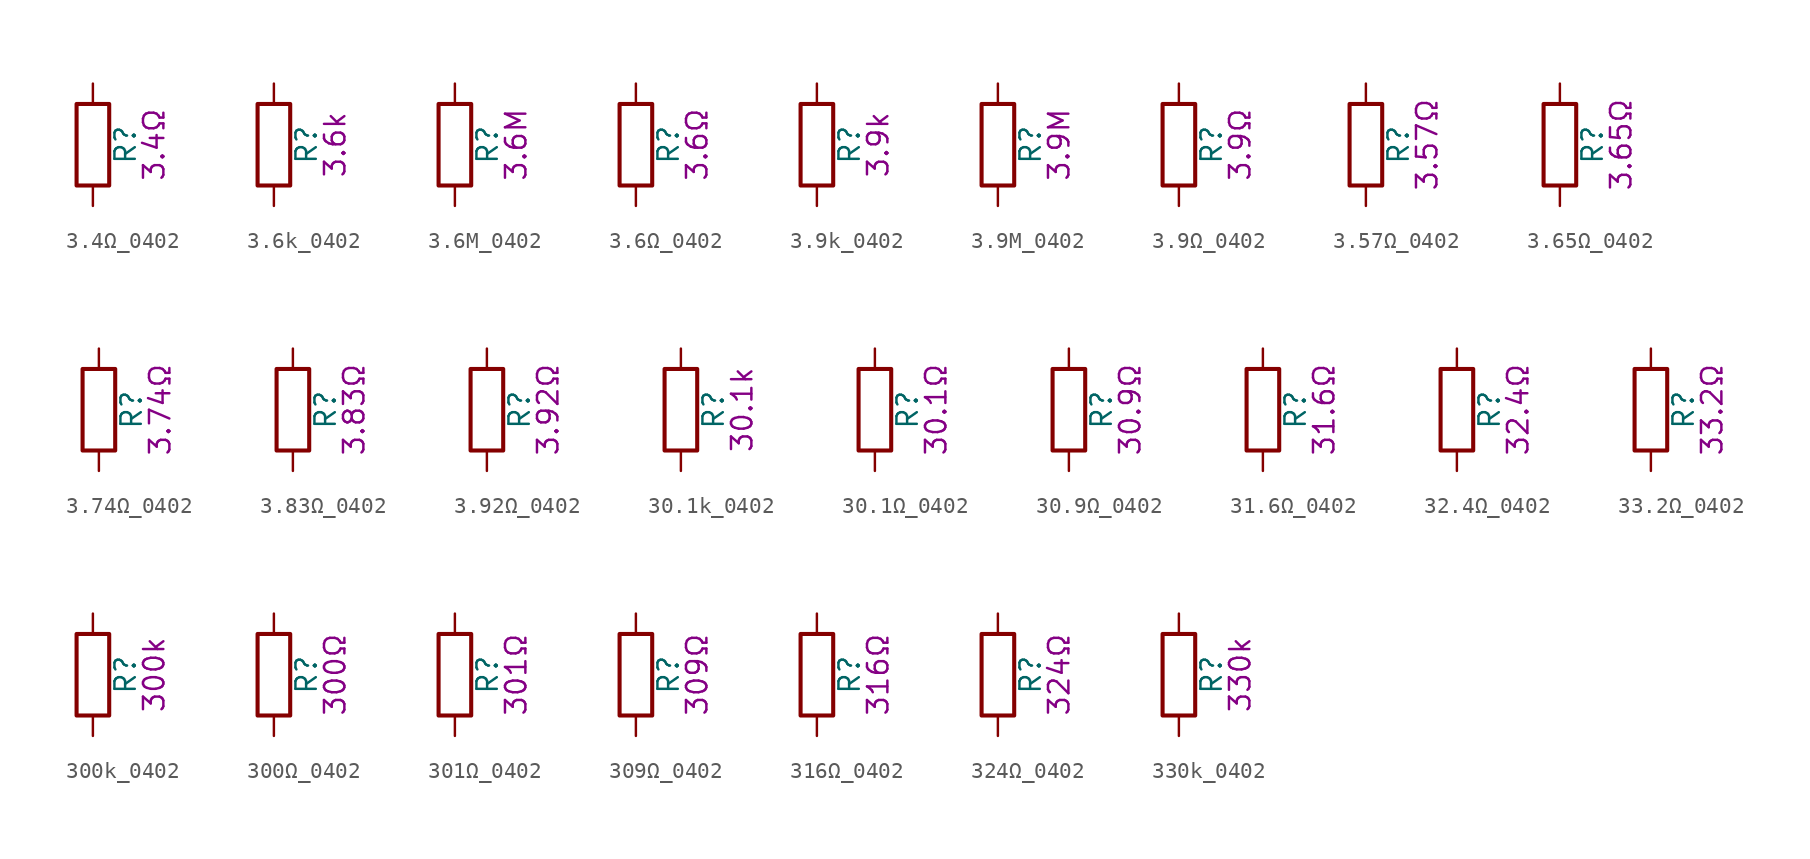
<source format=kicad_sym>
(kicad_symbol_lib
  (version 20211014)
  (generator kicad_symbol_editor)
  (symbol "3.4Ω_0402"
    (pin_numbers hide)
    (pin_names
      (offset 0))
    (property "Reference" "R"
      (at 2.032 0 90)
      (effects (font (size 1.27 1.27))))
    (property "Display" "3.4Ω"
      (at 3.81 0 90)
      (effects (font (size 1.27 1.27))))
    (symbol "3.4Ω_0402_0_1"
      (rectangle (start -1.016 -2.54) (end 1.016 2.54) (stroke (width 0.254) (type default) (color 0 0 0 0)) (fill (type none))))
    (symbol "3.4Ω_0402_1_1"
      (pin passive line (at 0 3.81 270) (length 1.27) (name "~" (effects (font (size 1.27 1.27)))) (number "1" (effects (font (size 1.27 1.27)))))
      (pin passive line (at 0 -3.81 90) (length 1.27) (name "~" (effects (font (size 1.27 1.27)))) (number "2" (effects (font (size 1.27 1.27)))))))
  (symbol "3.6k_0402"
    (pin_numbers hide)
    (pin_names
      (offset 0))
    (property "Reference" "R"
      (at 2.032 0 90)
      (effects (font (size 1.27 1.27))))
    (property "Display" "3.6k"
      (at 3.81 0 90)
      (effects (font (size 1.27 1.27))))
    (symbol "3.6k_0402_0_1"
      (rectangle (start -1.016 -2.54) (end 1.016 2.54) (stroke (width 0.254) (type default) (color 0 0 0 0)) (fill (type none))))
    (symbol "3.6k_0402_1_1"
      (pin passive line (at 0 3.81 270) (length 1.27) (name "~" (effects (font (size 1.27 1.27)))) (number "1" (effects (font (size 1.27 1.27)))))
      (pin passive line (at 0 -3.81 90) (length 1.27) (name "~" (effects (font (size 1.27 1.27)))) (number "2" (effects (font (size 1.27 1.27)))))))
  (symbol "3.6M_0402"
    (pin_numbers hide)
    (pin_names
      (offset 0))
    (property "Reference" "R"
      (at 2.032 0 90)
      (effects (font (size 1.27 1.27))))
    (property "Display" "3.6M"
      (at 3.81 0 90)
      (effects (font (size 1.27 1.27))))
    (symbol "3.6M_0402_0_1"
      (rectangle (start -1.016 -2.54) (end 1.016 2.54) (stroke (width 0.254) (type default) (color 0 0 0 0)) (fill (type none))))
    (symbol "3.6M_0402_1_1"
      (pin passive line (at 0 3.81 270) (length 1.27) (name "~" (effects (font (size 1.27 1.27)))) (number "1" (effects (font (size 1.27 1.27)))))
      (pin passive line (at 0 -3.81 90) (length 1.27) (name "~" (effects (font (size 1.27 1.27)))) (number "2" (effects (font (size 1.27 1.27)))))))
  (symbol "3.6Ω_0402"
    (pin_numbers hide)
    (pin_names
      (offset 0))
    (property "Reference" "R"
      (at 2.032 0 90)
      (effects (font (size 1.27 1.27))))
    (property "Display" "3.6Ω"
      (at 3.81 0 90)
      (effects (font (size 1.27 1.27))))
    (symbol "3.6Ω_0402_0_1"
      (rectangle (start -1.016 -2.54) (end 1.016 2.54) (stroke (width 0.254) (type default) (color 0 0 0 0)) (fill (type none))))
    (symbol "3.6Ω_0402_1_1"
      (pin passive line (at 0 3.81 270) (length 1.27) (name "~" (effects (font (size 1.27 1.27)))) (number "1" (effects (font (size 1.27 1.27)))))
      (pin passive line (at 0 -3.81 90) (length 1.27) (name "~" (effects (font (size 1.27 1.27)))) (number "2" (effects (font (size 1.27 1.27)))))))
  (symbol "3.9k_0402"
    (pin_numbers hide)
    (pin_names
      (offset 0))
    (property "Reference" "R"
      (at 2.032 0 90)
      (effects (font (size 1.27 1.27))))
    (property "Display" "3.9k"
      (at 3.81 0 90)
      (effects (font (size 1.27 1.27))))
    (symbol "3.9k_0402_0_1"
      (rectangle (start -1.016 -2.54) (end 1.016 2.54) (stroke (width 0.254) (type default) (color 0 0 0 0)) (fill (type none))))
    (symbol "3.9k_0402_1_1"
      (pin passive line (at 0 3.81 270) (length 1.27) (name "~" (effects (font (size 1.27 1.27)))) (number "1" (effects (font (size 1.27 1.27)))))
      (pin passive line (at 0 -3.81 90) (length 1.27) (name "~" (effects (font (size 1.27 1.27)))) (number "2" (effects (font (size 1.27 1.27)))))))
  (symbol "3.9M_0402"
    (pin_numbers hide)
    (pin_names
      (offset 0))
    (property "Reference" "R"
      (at 2.032 0 90)
      (effects (font (size 1.27 1.27))))
    (property "Display" "3.9M"
      (at 3.81 0 90)
      (effects (font (size 1.27 1.27))))
    (symbol "3.9M_0402_0_1"
      (rectangle (start -1.016 -2.54) (end 1.016 2.54) (stroke (width 0.254) (type default) (color 0 0 0 0)) (fill (type none))))
    (symbol "3.9M_0402_1_1"
      (pin passive line (at 0 3.81 270) (length 1.27) (name "~" (effects (font (size 1.27 1.27)))) (number "1" (effects (font (size 1.27 1.27)))))
      (pin passive line (at 0 -3.81 90) (length 1.27) (name "~" (effects (font (size 1.27 1.27)))) (number "2" (effects (font (size 1.27 1.27)))))))
  (symbol "3.9Ω_0402"
    (pin_numbers hide)
    (pin_names
      (offset 0))
    (property "Reference" "R"
      (at 2.032 0 90)
      (effects (font (size 1.27 1.27))))
    (property "Display" "3.9Ω"
      (at 3.81 0 90)
      (effects (font (size 1.27 1.27))))
    (symbol "3.9Ω_0402_0_1"
      (rectangle (start -1.016 -2.54) (end 1.016 2.54) (stroke (width 0.254) (type default) (color 0 0 0 0)) (fill (type none))))
    (symbol "3.9Ω_0402_1_1"
      (pin passive line (at 0 3.81 270) (length 1.27) (name "~" (effects (font (size 1.27 1.27)))) (number "1" (effects (font (size 1.27 1.27)))))
      (pin passive line (at 0 -3.81 90) (length 1.27) (name "~" (effects (font (size 1.27 1.27)))) (number "2" (effects (font (size 1.27 1.27)))))))
  (symbol "3.57Ω_0402"
    (pin_numbers hide)
    (pin_names
      (offset 0))
    (property "Reference" "R"
      (at 2.032 0 90)
      (effects (font (size 1.27 1.27))))
    (property "Display" "3.57Ω"
      (at 3.81 0 90)
      (effects (font (size 1.27 1.27))))
    (symbol "3.57Ω_0402_0_1"
      (rectangle (start -1.016 -2.54) (end 1.016 2.54) (stroke (width 0.254) (type default) (color 0 0 0 0)) (fill (type none))))
    (symbol "3.57Ω_0402_1_1"
      (pin passive line (at 0 3.81 270) (length 1.27) (name "~" (effects (font (size 1.27 1.27)))) (number "1" (effects (font (size 1.27 1.27)))))
      (pin passive line (at 0 -3.81 90) (length 1.27) (name "~" (effects (font (size 1.27 1.27)))) (number "2" (effects (font (size 1.27 1.27)))))))
  (symbol "3.65Ω_0402"
    (pin_numbers hide)
    (pin_names
      (offset 0))
    (property "Reference" "R"
      (at 2.032 0 90)
      (effects (font (size 1.27 1.27))))
    (property "Display" "3.65Ω"
      (at 3.81 0 90)
      (effects (font (size 1.27 1.27))))
    (symbol "3.65Ω_0402_0_1"
      (rectangle (start -1.016 -2.54) (end 1.016 2.54) (stroke (width 0.254) (type default) (color 0 0 0 0)) (fill (type none))))
    (symbol "3.65Ω_0402_1_1"
      (pin passive line (at 0 3.81 270) (length 1.27) (name "~" (effects (font (size 1.27 1.27)))) (number "1" (effects (font (size 1.27 1.27)))))
      (pin passive line (at 0 -3.81 90) (length 1.27) (name "~" (effects (font (size 1.27 1.27)))) (number "2" (effects (font (size 1.27 1.27)))))))
  (symbol "3.74Ω_0402"
    (pin_numbers hide)
    (pin_names
      (offset 0))
    (property "Reference" "R"
      (at 2.032 0 90)
      (effects (font (size 1.27 1.27))))
    (property "Display" "3.74Ω"
      (at 3.81 0 90)
      (effects (font (size 1.27 1.27))))
    (symbol "3.74Ω_0402_0_1"
      (rectangle (start -1.016 -2.54) (end 1.016 2.54) (stroke (width 0.254) (type default) (color 0 0 0 0)) (fill (type none))))
    (symbol "3.74Ω_0402_1_1"
      (pin passive line (at 0 3.81 270) (length 1.27) (name "~" (effects (font (size 1.27 1.27)))) (number "1" (effects (font (size 1.27 1.27)))))
      (pin passive line (at 0 -3.81 90) (length 1.27) (name "~" (effects (font (size 1.27 1.27)))) (number "2" (effects (font (size 1.27 1.27)))))))
  (symbol "3.83Ω_0402"
    (pin_numbers hide)
    (pin_names
      (offset 0))
    (property "Reference" "R"
      (at 2.032 0 90)
      (effects (font (size 1.27 1.27))))
    (property "Display" "3.83Ω"
      (at 3.81 0 90)
      (effects (font (size 1.27 1.27))))
    (symbol "3.83Ω_0402_0_1"
      (rectangle (start -1.016 -2.54) (end 1.016 2.54) (stroke (width 0.254) (type default) (color 0 0 0 0)) (fill (type none))))
    (symbol "3.83Ω_0402_1_1"
      (pin passive line (at 0 3.81 270) (length 1.27) (name "~" (effects (font (size 1.27 1.27)))) (number "1" (effects (font (size 1.27 1.27)))))
      (pin passive line (at 0 -3.81 90) (length 1.27) (name "~" (effects (font (size 1.27 1.27)))) (number "2" (effects (font (size 1.27 1.27)))))))
  (symbol "3.92Ω_0402"
    (pin_numbers hide)
    (pin_names
      (offset 0))
    (property "Reference" "R"
      (at 2.032 0 90)
      (effects (font (size 1.27 1.27))))
    (property "Display" "3.92Ω"
      (at 3.81 0 90)
      (effects (font (size 1.27 1.27))))
    (symbol "3.92Ω_0402_0_1"
      (rectangle (start -1.016 -2.54) (end 1.016 2.54) (stroke (width 0.254) (type default) (color 0 0 0 0)) (fill (type none))))
    (symbol "3.92Ω_0402_1_1"
      (pin passive line (at 0 3.81 270) (length 1.27) (name "~" (effects (font (size 1.27 1.27)))) (number "1" (effects (font (size 1.27 1.27)))))
      (pin passive line (at 0 -3.81 90) (length 1.27) (name "~" (effects (font (size 1.27 1.27)))) (number "2" (effects (font (size 1.27 1.27)))))))
  (symbol "30.1k_0402"
    (pin_numbers hide)
    (pin_names
      (offset 0))
    (property "Reference" "R"
      (at 2.032 0 90)
      (effects (font (size 1.27 1.27))))
    (property "Display" "30.1k"
      (at 3.81 0 90)
      (effects (font (size 1.27 1.27))))
    (symbol "30.1k_0402_0_1"
      (rectangle (start -1.016 -2.54) (end 1.016 2.54) (stroke (width 0.254) (type default) (color 0 0 0 0)) (fill (type none))))
    (symbol "30.1k_0402_1_1"
      (pin passive line (at 0 3.81 270) (length 1.27) (name "~" (effects (font (size 1.27 1.27)))) (number "1" (effects (font (size 1.27 1.27)))))
      (pin passive line (at 0 -3.81 90) (length 1.27) (name "~" (effects (font (size 1.27 1.27)))) (number "2" (effects (font (size 1.27 1.27)))))))
  (symbol "30.1Ω_0402"
    (pin_numbers hide)
    (pin_names
      (offset 0))
    (property "Reference" "R"
      (at 2.032 0 90)
      (effects (font (size 1.27 1.27))))
    (property "Display" "30.1Ω"
      (at 3.81 0 90)
      (effects (font (size 1.27 1.27))))
    (symbol "30.1Ω_0402_0_1"
      (rectangle (start -1.016 -2.54) (end 1.016 2.54) (stroke (width 0.254) (type default) (color 0 0 0 0)) (fill (type none))))
    (symbol "30.1Ω_0402_1_1"
      (pin passive line (at 0 3.81 270) (length 1.27) (name "~" (effects (font (size 1.27 1.27)))) (number "1" (effects (font (size 1.27 1.27)))))
      (pin passive line (at 0 -3.81 90) (length 1.27) (name "~" (effects (font (size 1.27 1.27)))) (number "2" (effects (font (size 1.27 1.27)))))))
  (symbol "30.9Ω_0402"
    (pin_numbers hide)
    (pin_names
      (offset 0))
    (property "Reference" "R"
      (at 2.032 0 90)
      (effects (font (size 1.27 1.27))))
    (property "Display" "30.9Ω"
      (at 3.81 0 90)
      (effects (font (size 1.27 1.27))))
    (symbol "30.9Ω_0402_0_1"
      (rectangle (start -1.016 -2.54) (end 1.016 2.54) (stroke (width 0.254) (type default) (color 0 0 0 0)) (fill (type none))))
    (symbol "30.9Ω_0402_1_1"
      (pin passive line (at 0 3.81 270) (length 1.27) (name "~" (effects (font (size 1.27 1.27)))) (number "1" (effects (font (size 1.27 1.27)))))
      (pin passive line (at 0 -3.81 90) (length 1.27) (name "~" (effects (font (size 1.27 1.27)))) (number "2" (effects (font (size 1.27 1.27)))))))
  (symbol "31.6Ω_0402"
    (pin_numbers hide)
    (pin_names
      (offset 0))
    (property "Reference" "R"
      (at 2.032 0 90)
      (effects (font (size 1.27 1.27))))
    (property "Display" "31.6Ω"
      (at 3.81 0 90)
      (effects (font (size 1.27 1.27))))
    (symbol "31.6Ω_0402_0_1"
      (rectangle (start -1.016 -2.54) (end 1.016 2.54) (stroke (width 0.254) (type default) (color 0 0 0 0)) (fill (type none))))
    (symbol "31.6Ω_0402_1_1"
      (pin passive line (at 0 3.81 270) (length 1.27) (name "~" (effects (font (size 1.27 1.27)))) (number "1" (effects (font (size 1.27 1.27)))))
      (pin passive line (at 0 -3.81 90) (length 1.27) (name "~" (effects (font (size 1.27 1.27)))) (number "2" (effects (font (size 1.27 1.27)))))))
  (symbol "32.4Ω_0402"
    (pin_numbers hide)
    (pin_names
      (offset 0))
    (property "Reference" "R"
      (at 2.032 0 90)
      (effects (font (size 1.27 1.27))))
    (property "Display" "32.4Ω"
      (at 3.81 0 90)
      (effects (font (size 1.27 1.27))))
    (symbol "32.4Ω_0402_0_1"
      (rectangle (start -1.016 -2.54) (end 1.016 2.54) (stroke (width 0.254) (type default) (color 0 0 0 0)) (fill (type none))))
    (symbol "32.4Ω_0402_1_1"
      (pin passive line (at 0 3.81 270) (length 1.27) (name "~" (effects (font (size 1.27 1.27)))) (number "1" (effects (font (size 1.27 1.27)))))
      (pin passive line (at 0 -3.81 90) (length 1.27) (name "~" (effects (font (size 1.27 1.27)))) (number "2" (effects (font (size 1.27 1.27)))))))
  (symbol "33.2Ω_0402"
    (pin_numbers hide)
    (pin_names
      (offset 0))
    (property "Reference" "R"
      (at 2.032 0 90)
      (effects (font (size 1.27 1.27))))
    (property "Display" "33.2Ω"
      (at 3.81 0 90)
      (effects (font (size 1.27 1.27))))
    (symbol "33.2Ω_0402_0_1"
      (rectangle (start -1.016 -2.54) (end 1.016 2.54) (stroke (width 0.254) (type default) (color 0 0 0 0)) (fill (type none))))
    (symbol "33.2Ω_0402_1_1"
      (pin passive line (at 0 3.81 270) (length 1.27) (name "~" (effects (font (size 1.27 1.27)))) (number "1" (effects (font (size 1.27 1.27)))))
      (pin passive line (at 0 -3.81 90) (length 1.27) (name "~" (effects (font (size 1.27 1.27)))) (number "2" (effects (font (size 1.27 1.27)))))))
  (symbol "300k_0402"
    (pin_numbers hide)
    (pin_names
      (offset 0))
    (property "Reference" "R"
      (at 2.032 0 90)
      (effects (font (size 1.27 1.27))))
    (property "Display" "300k"
      (at 3.81 0 90)
      (effects (font (size 1.27 1.27))))
    (symbol "300k_0402_0_1"
      (rectangle (start -1.016 -2.54) (end 1.016 2.54) (stroke (width 0.254) (type default) (color 0 0 0 0)) (fill (type none))))
    (symbol "300k_0402_1_1"
      (pin passive line (at 0 3.81 270) (length 1.27) (name "~" (effects (font (size 1.27 1.27)))) (number "1" (effects (font (size 1.27 1.27)))))
      (pin passive line (at 0 -3.81 90) (length 1.27) (name "~" (effects (font (size 1.27 1.27)))) (number "2" (effects (font (size 1.27 1.27)))))))
  (symbol "300Ω_0402"
    (pin_numbers hide)
    (pin_names
      (offset 0))
    (property "Reference" "R"
      (at 2.032 0 90)
      (effects (font (size 1.27 1.27))))
    (property "Display" "300Ω"
      (at 3.81 0 90)
      (effects (font (size 1.27 1.27))))
    (symbol "300Ω_0402_0_1"
      (rectangle (start -1.016 -2.54) (end 1.016 2.54) (stroke (width 0.254) (type default) (color 0 0 0 0)) (fill (type none))))
    (symbol "300Ω_0402_1_1"
      (pin passive line (at 0 3.81 270) (length 1.27) (name "~" (effects (font (size 1.27 1.27)))) (number "1" (effects (font (size 1.27 1.27)))))
      (pin passive line (at 0 -3.81 90) (length 1.27) (name "~" (effects (font (size 1.27 1.27)))) (number "2" (effects (font (size 1.27 1.27)))))))
  (symbol "301Ω_0402"
    (pin_numbers hide)
    (pin_names
      (offset 0))
    (property "Reference" "R"
      (at 2.032 0 90)
      (effects (font (size 1.27 1.27))))
    (property "Display" "301Ω"
      (at 3.81 0 90)
      (effects (font (size 1.27 1.27))))
    (symbol "301Ω_0402_0_1"
      (rectangle (start -1.016 -2.54) (end 1.016 2.54) (stroke (width 0.254) (type default) (color 0 0 0 0)) (fill (type none))))
    (symbol "301Ω_0402_1_1"
      (pin passive line (at 0 3.81 270) (length 1.27) (name "~" (effects (font (size 1.27 1.27)))) (number "1" (effects (font (size 1.27 1.27)))))
      (pin passive line (at 0 -3.81 90) (length 1.27) (name "~" (effects (font (size 1.27 1.27)))) (number "2" (effects (font (size 1.27 1.27)))))))
  (symbol "309Ω_0402"
    (pin_numbers hide)
    (pin_names
      (offset 0))
    (property "Reference" "R"
      (at 2.032 0 90)
      (effects (font (size 1.27 1.27))))
    (property "Display" "309Ω"
      (at 3.81 0 90)
      (effects (font (size 1.27 1.27))))
    (symbol "309Ω_0402_0_1"
      (rectangle (start -1.016 -2.54) (end 1.016 2.54) (stroke (width 0.254) (type default) (color 0 0 0 0)) (fill (type none))))
    (symbol "309Ω_0402_1_1"
      (pin passive line (at 0 3.81 270) (length 1.27) (name "~" (effects (font (size 1.27 1.27)))) (number "1" (effects (font (size 1.27 1.27)))))
      (pin passive line (at 0 -3.81 90) (length 1.27) (name "~" (effects (font (size 1.27 1.27)))) (number "2" (effects (font (size 1.27 1.27)))))))
  (symbol "316Ω_0402"
    (pin_numbers hide)
    (pin_names
      (offset 0))
    (property "Reference" "R"
      (at 2.032 0 90)
      (effects (font (size 1.27 1.27))))
    (property "Display" "316Ω"
      (at 3.81 0 90)
      (effects (font (size 1.27 1.27))))
    (symbol "316Ω_0402_0_1"
      (rectangle (start -1.016 -2.54) (end 1.016 2.54) (stroke (width 0.254) (type default) (color 0 0 0 0)) (fill (type none))))
    (symbol "316Ω_0402_1_1"
      (pin passive line (at 0 3.81 270) (length 1.27) (name "~" (effects (font (size 1.27 1.27)))) (number "1" (effects (font (size 1.27 1.27)))))
      (pin passive line (at 0 -3.81 90) (length 1.27) (name "~" (effects (font (size 1.27 1.27)))) (number "2" (effects (font (size 1.27 1.27)))))))
  (symbol "324Ω_0402"
    (pin_numbers hide)
    (pin_names
      (offset 0))
    (property "Reference" "R"
      (at 2.032 0 90)
      (effects (font (size 1.27 1.27))))
    (property "Display" "324Ω"
      (at 3.81 0 90)
      (effects (font (size 1.27 1.27))))
    (symbol "324Ω_0402_0_1"
      (rectangle (start -1.016 -2.54) (end 1.016 2.54) (stroke (width 0.254) (type default) (color 0 0 0 0)) (fill (type none))))
    (symbol "324Ω_0402_1_1"
      (pin passive line (at 0 3.81 270) (length 1.27) (name "~" (effects (font (size 1.27 1.27)))) (number "1" (effects (font (size 1.27 1.27)))))
      (pin passive line (at 0 -3.81 90) (length 1.27) (name "~" (effects (font (size 1.27 1.27)))) (number "2" (effects (font (size 1.27 1.27)))))))
  (symbol "330k_0402"
    (pin_numbers hide)
    (pin_names
      (offset 0))
    (property "Reference" "R"
      (at 2.032 0 90)
      (effects (font (size 1.27 1.27))))
    (property "Display" "330k"
      (at 3.81 0 90)
      (effects (font (size 1.27 1.27))))
    (symbol "330k_0402_0_1"
      (rectangle (start -1.016 -2.54) (end 1.016 2.54) (stroke (width 0.254) (type default) (color 0 0 0 0)) (fill (type none))))
    (symbol "330k_0402_1_1"
      (pin passive line (at 0 3.81 270) (length 1.27) (name "~" (effects (font (size 1.27 1.27)))) (number "1" (effects (font (size 1.27 1.27)))))
      (pin passive line (at 0 -3.81 90) (length 1.27) (name "~" (effects (font (size 1.27 1.27)))) (number "2" (effects (font (size 1.27 1.27))))))))
</source>
